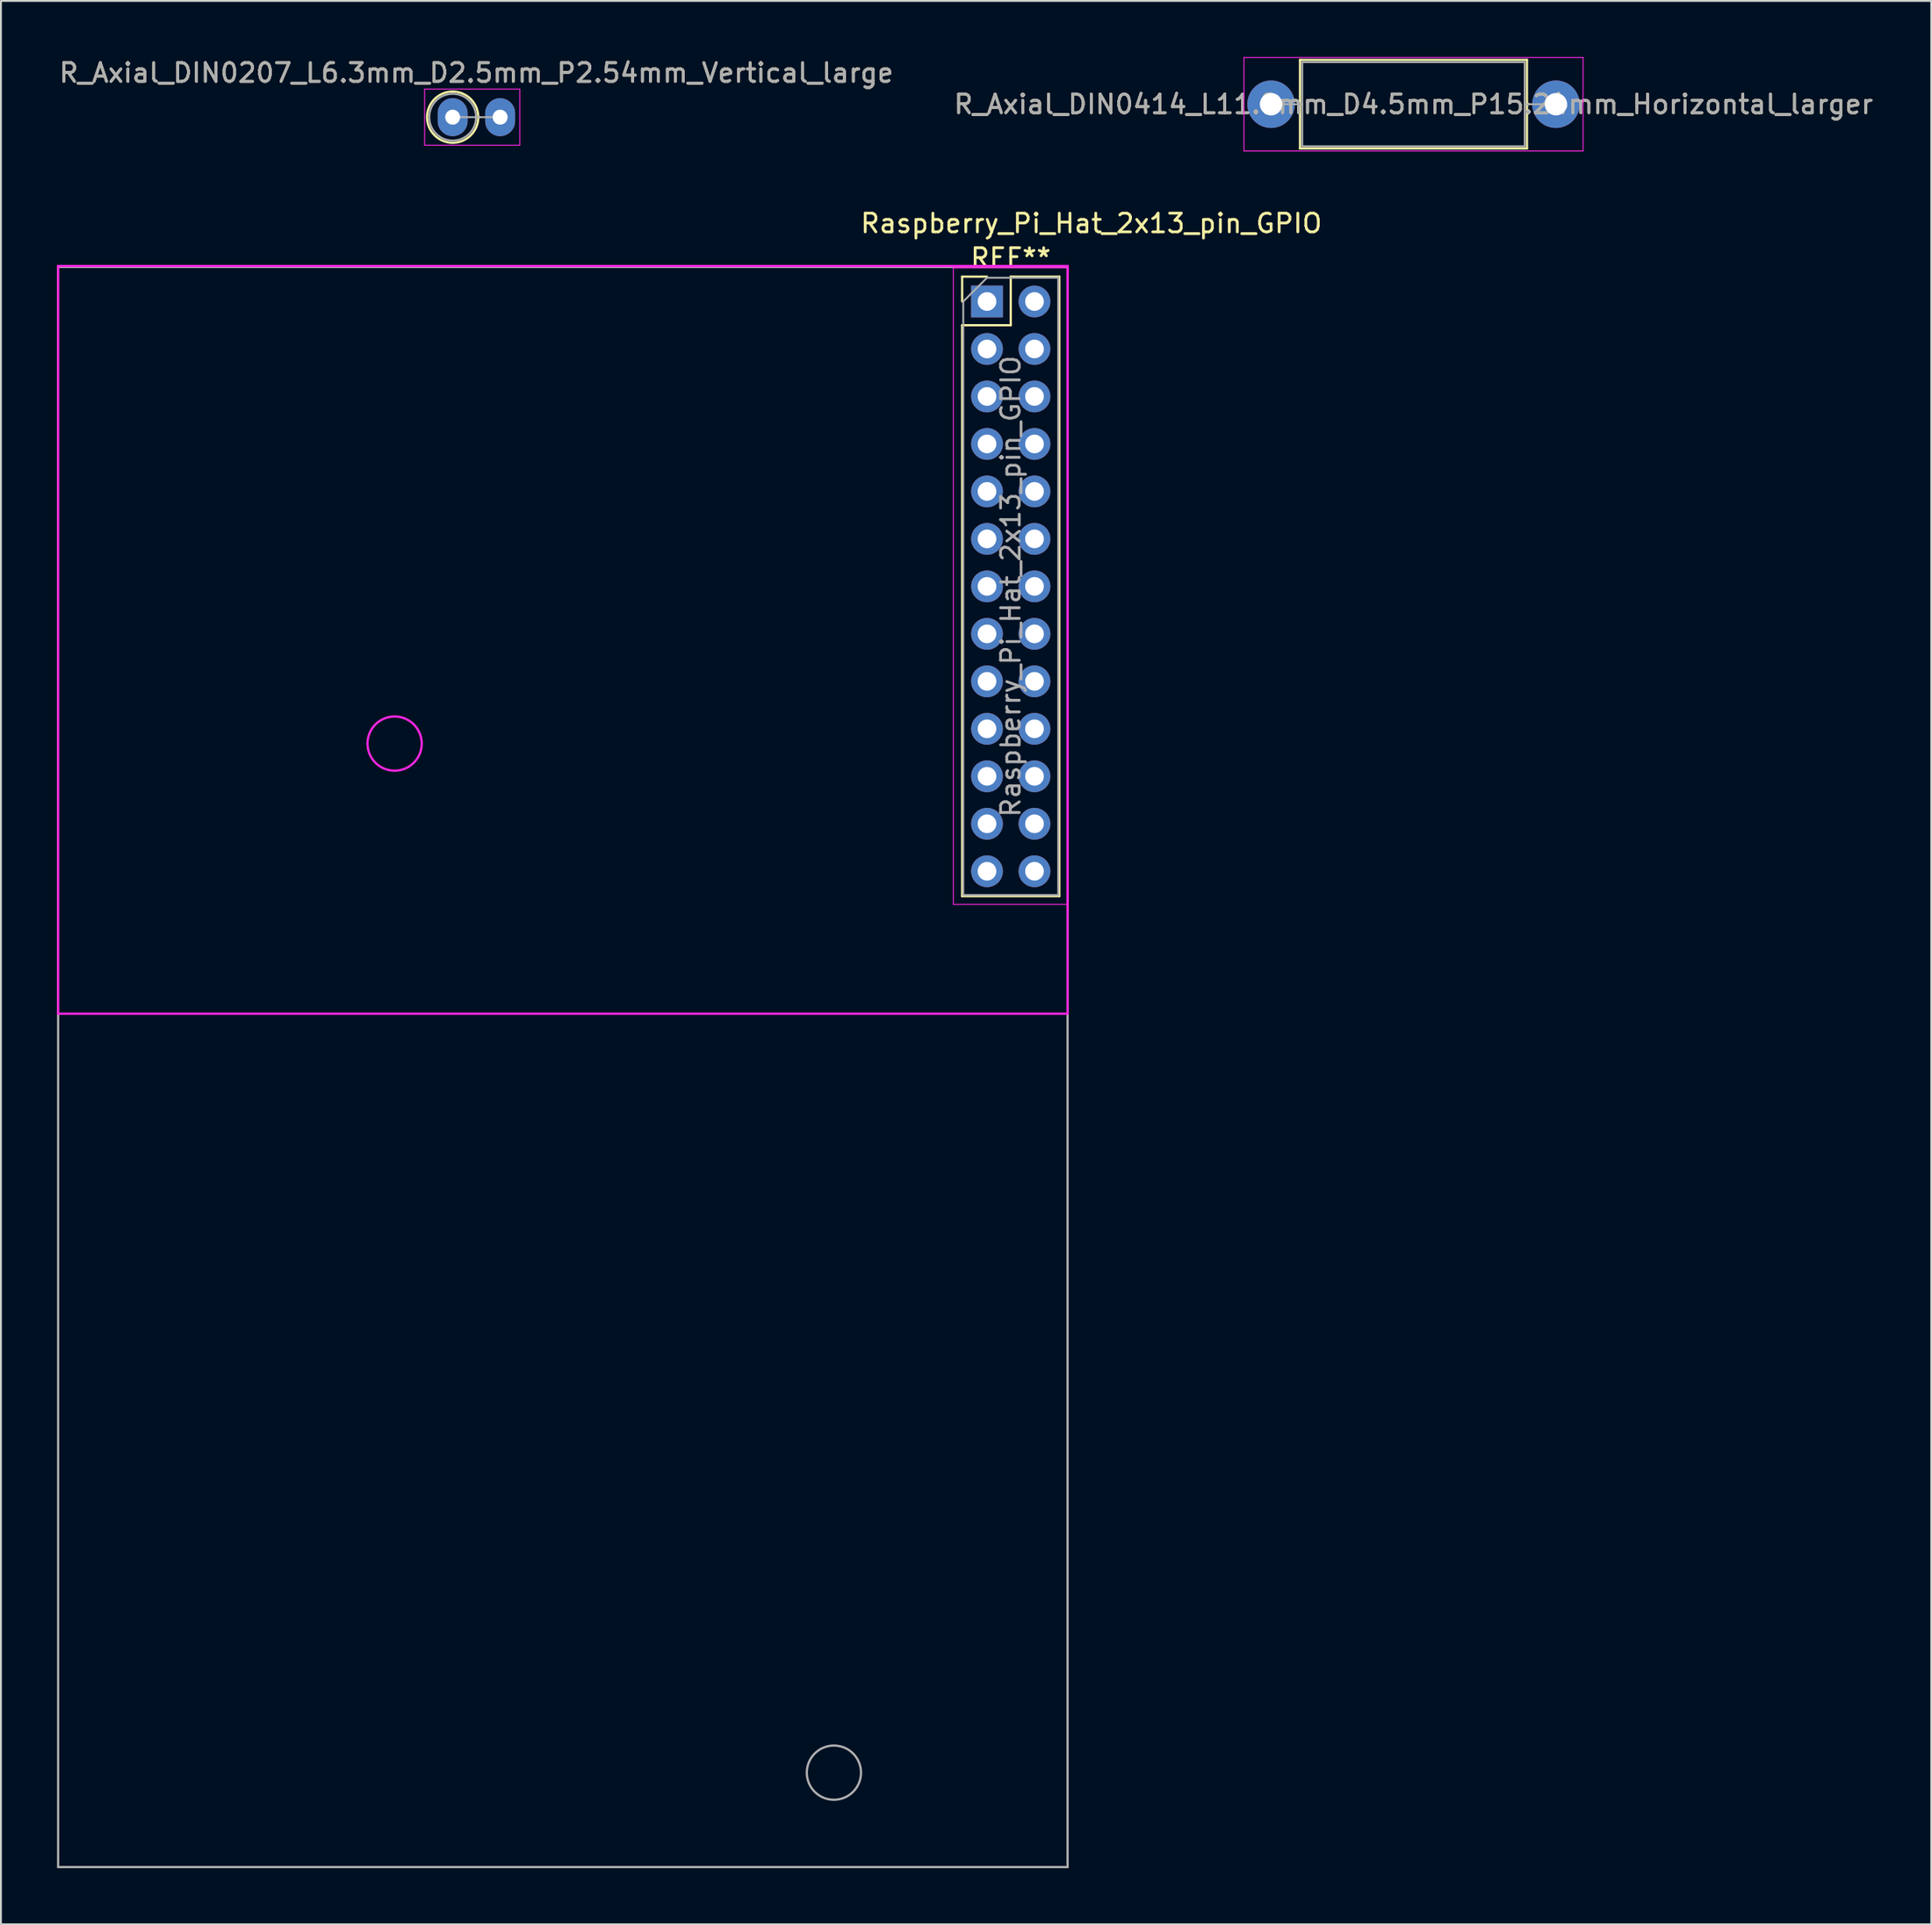
<source format=kicad_pcb>
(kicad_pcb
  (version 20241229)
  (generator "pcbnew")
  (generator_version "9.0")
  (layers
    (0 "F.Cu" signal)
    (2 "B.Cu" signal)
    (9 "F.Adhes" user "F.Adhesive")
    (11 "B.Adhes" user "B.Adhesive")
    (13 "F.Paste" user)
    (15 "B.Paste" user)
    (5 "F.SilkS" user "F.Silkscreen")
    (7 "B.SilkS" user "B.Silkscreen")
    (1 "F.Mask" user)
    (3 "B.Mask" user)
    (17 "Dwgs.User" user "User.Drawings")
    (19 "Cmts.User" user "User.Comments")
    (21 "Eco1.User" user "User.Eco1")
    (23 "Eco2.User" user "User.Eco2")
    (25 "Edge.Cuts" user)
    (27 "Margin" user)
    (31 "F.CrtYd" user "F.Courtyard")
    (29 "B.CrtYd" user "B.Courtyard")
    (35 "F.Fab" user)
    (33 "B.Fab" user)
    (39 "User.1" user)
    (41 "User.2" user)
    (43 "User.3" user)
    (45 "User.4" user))
  (footprint "Raspberry_Pi_Hat_2x13_pin_GPIO"
    (layer "F.Cu")
    (at 49.717 13.083)
    (property "Reference" "Raspberry_Pi_Hat_2x13_pin_GPIO" (at 5.613 -4.185 0) (layer "F.SilkS") (effects (font (size 1 1) (thickness 0.15))))
    (attr through_hole)
    (fp_line (start -1.297 -1.335) (end 0.033 -1.335) (stroke (width 0.12) (type solid)) (layer "F.SilkS"))
    (fp_line (start -1.297 -0.005) (end -1.297 -1.335) (stroke (width 0.12) (type solid)) (layer "F.SilkS"))
    (fp_line (start -1.297 1.265) (end -1.297 31.805) (stroke (width 0.12) (type solid)) (layer "F.SilkS"))
    (fp_line (start -1.297 1.265) (end 1.303 1.265) (stroke (width 0.12) (type solid)) (layer "F.SilkS"))
    (fp_line (start -1.297 31.805) (end 3.903 31.805) (stroke (width 0.12) (type solid)) (layer "F.SilkS"))
    (fp_line (start 1.303 -1.335) (end 3.903 -1.335) (stroke (width 0.12) (type solid)) (layer "F.SilkS"))
    (fp_line (start 1.303 1.265) (end 1.303 -1.335) (stroke (width 0.12) (type solid)) (layer "F.SilkS"))
    (fp_line (start 3.903 -1.335) (end 3.903 31.805) (stroke (width 0.12) (type solid)) (layer "F.SilkS"))
    (fp_line (start -49.657 -1.905) (end -49.657 38.095) (stroke (width 0.12) (type solid)) (layer "F.CrtYd"))
    (fp_line (start -49.657 38.095) (end 4.343 38.095) (stroke (width 0.12) (type solid)) (layer "F.CrtYd"))
    (fp_line (start -1.767 -1.805) (end -1.767 32.245) (stroke (width 0.05) (type solid)) (layer "F.CrtYd"))
    (fp_line (start -1.767 32.245) (end 4.383 32.245) (stroke (width 0.05) (type solid)) (layer "F.CrtYd"))
    (fp_line (start 4.343 -1.905) (end -49.657 -1.905) (stroke (width 0.12) (type solid)) (layer "F.CrtYd"))
    (fp_line (start 4.343 38.095) (end 4.343 -1.905) (stroke (width 0.12) (type solid)) (layer "F.CrtYd"))
    (fp_line (start 4.383 -1.805) (end -1.767 -1.805) (stroke (width 0.05) (type solid)) (layer "F.CrtYd"))
    (fp_line (start 4.383 32.245) (end 4.383 -1.805) (stroke (width 0.05) (type solid)) (layer "F.CrtYd"))
    (fp_circle (center -31.657 23.645) (end -30.207 23.645) (stroke (width 0.12) (type solid)) (fill no) (layer "F.CrtYd"))
    (fp_line (start -49.657 -1.855) (end 4.343 -1.855) (stroke (width 0.12) (type solid)) (layer "F.Fab"))
    (fp_line (start -49.657 83.745) (end -49.657 -1.855) (stroke (width 0.12) (type solid)) (layer "F.Fab"))
    (fp_line (start -1.237 -0.005) (end 0.033 -1.275) (stroke (width 0.1) (type solid)) (layer "F.Fab"))
    (fp_line (start -1.237 31.745) (end -1.237 -0.005) (stroke (width 0.1) (type solid)) (layer "F.Fab"))
    (fp_line (start 0.033 -1.275) (end 3.843 -1.275) (stroke (width 0.1) (type solid)) (layer "F.Fab"))
    (fp_line (start 3.843 -1.275) (end 3.843 31.745) (stroke (width 0.1) (type solid)) (layer "F.Fab"))
    (fp_line (start 3.843 31.745) (end -1.237 31.745) (stroke (width 0.1) (type solid)) (layer "F.Fab"))
    (fp_line (start 4.343 -1.855) (end 4.343 83.745) (stroke (width 0.12) (type solid)) (layer "F.Fab"))
    (fp_line (start 4.343 83.745) (end -49.657 83.745) (stroke (width 0.12) (type solid)) (layer "F.Fab"))
    (fp_circle (center -8.157 78.695) (end -6.707 78.695) (stroke (width 0.12) (type solid)) (fill no) (layer "F.Fab"))
    (fp_text user "REF**" (at 1.303 -2.335 0) (layer "F.SilkS") (effects (font (size 1 1) (thickness 0.15))))
    (fp_text user "${REFERENCE}" (at 1.303 15.235 90) (layer "F.Fab") (effects (font (size 1 1) (thickness 0.15))))
    (pad "1" thru_hole rect (at 0.033 -0.005) (size 1.7 1.7) (drill 1) (layers "*.Cu" "*.Mask"))
    (pad "2" thru_hole oval (at 2.573 -0.005) (size 1.7 1.7) (drill 1) (layers "*.Cu" "*.Mask"))
    (pad "3" thru_hole oval (at 0.033 2.535) (size 1.7 1.7) (drill 1) (layers "*.Cu" "*.Mask"))
    (pad "4" thru_hole oval (at 2.573 2.535) (size 1.7 1.7) (drill 1) (layers "*.Cu" "*.Mask"))
    (pad "5" thru_hole oval (at 0.033 5.075) (size 1.7 1.7) (drill 1) (layers "*.Cu" "*.Mask"))
    (pad "6" thru_hole oval (at 2.573 5.075) (size 1.7 1.7) (drill 1) (layers "*.Cu" "*.Mask"))
    (pad "7" thru_hole oval (at 0.033 7.615) (size 1.7 1.7) (drill 1) (layers "*.Cu" "*.Mask"))
    (pad "8" thru_hole oval (at 2.573 7.615) (size 1.7 1.7) (drill 1) (layers "*.Cu" "*.Mask"))
    (pad "9" thru_hole oval (at 0.033 10.155) (size 1.7 1.7) (drill 1) (layers "*.Cu" "*.Mask"))
    (pad "10" thru_hole oval (at 2.573 10.155) (size 1.7 1.7) (drill 1) (layers "*.Cu" "*.Mask"))
    (pad "11" thru_hole oval (at 0.033 12.695) (size 1.7 1.7) (drill 1) (layers "*.Cu" "*.Mask"))
    (pad "12" thru_hole oval (at 2.573 12.695) (size 1.7 1.7) (drill 1) (layers "*.Cu" "*.Mask"))
    (pad "13" thru_hole oval (at 0.033 15.235) (size 1.7 1.7) (drill 1) (layers "*.Cu" "*.Mask"))
    (pad "14" thru_hole oval (at 2.573 15.235) (size 1.7 1.7) (drill 1) (layers "*.Cu" "*.Mask"))
    (pad "15" thru_hole oval (at 0.033 17.775) (size 1.7 1.7) (drill 1) (layers "*.Cu" "*.Mask"))
    (pad "16" thru_hole oval (at 2.573 17.775) (size 1.7 1.7) (drill 1) (layers "*.Cu" "*.Mask"))
    (pad "17" thru_hole oval (at 0.033 20.315) (size 1.7 1.7) (drill 1) (layers "*.Cu" "*.Mask"))
    (pad "18" thru_hole oval (at 2.573 20.315) (size 1.7 1.7) (drill 1) (layers "*.Cu" "*.Mask"))
    (pad "19" thru_hole oval (at 0.033 22.855) (size 1.7 1.7) (drill 1) (layers "*.Cu" "*.Mask"))
    (pad "20" thru_hole oval (at 2.573 22.855) (size 1.7 1.7) (drill 1) (layers "*.Cu" "*.Mask"))
    (pad "21" thru_hole oval (at 0.033 25.395) (size 1.7 1.7) (drill 1) (layers "*.Cu" "*.Mask"))
    (pad "22" thru_hole oval (at 2.573 25.395) (size 1.7 1.7) (drill 1) (layers "*.Cu" "*.Mask"))
    (pad "23" thru_hole oval (at 0.033 27.935) (size 1.7 1.7) (drill 1) (layers "*.Cu" "*.Mask"))
    (pad "24" thru_hole oval (at 2.573 27.935) (size 1.7 1.7) (drill 1) (layers "*.Cu" "*.Mask"))
    (pad "25" thru_hole oval (at 0.033 30.475) (size 1.7 1.7) (drill 1) (layers "*.Cu" "*.Mask"))
    (pad "26" thru_hole oval (at 2.573 30.475) (size 1.7 1.7) (drill 1) (layers "*.Cu" "*.Mask")))
  (footprint "R_Axial_DIN0414_L11.9mm_D4.5mm_P15.24mm_Horizontal_larger"
    (layer "F.Cu")
    (at 64.945 2.525)
    (property "Reference" "R_Axial_DIN0414_L11.9mm_D4.5mm_P15.24mm_Horizontal_larger" (at 7.62 0 0) (layer "F.SilkS") (effects (font (size 1 1) (thickness 0.15))))
    (attr through_hole)
    (fp_line (start 1.44 0) (end 1.55 0) (stroke (width 0.12) (type solid)) (layer "F.SilkS"))
    (fp_line (start 1.55 -2.37) (end 1.55 2.37) (stroke (width 0.12) (type solid)) (layer "F.SilkS"))
    (fp_line (start 1.55 2.37) (end 13.69 2.37) (stroke (width 0.12) (type solid)) (layer "F.SilkS"))
    (fp_line (start 13.69 -2.37) (end 1.55 -2.37) (stroke (width 0.12) (type solid)) (layer "F.SilkS"))
    (fp_line (start 13.69 2.37) (end 13.69 -2.37) (stroke (width 0.12) (type solid)) (layer "F.SilkS"))
    (fp_line (start 13.8 0) (end 13.69 0) (stroke (width 0.12) (type solid)) (layer "F.SilkS"))
    (fp_line (start -1.45 -2.5) (end -1.45 2.5) (stroke (width 0.05) (type solid)) (layer "F.CrtYd"))
    (fp_line (start -1.45 2.5) (end 16.69 2.5) (stroke (width 0.05) (type solid)) (layer "F.CrtYd"))
    (fp_line (start 16.69 -2.5) (end -1.45 -2.5) (stroke (width 0.05) (type solid)) (layer "F.CrtYd"))
    (fp_line (start 16.69 2.5) (end 16.69 -2.5) (stroke (width 0.05) (type solid)) (layer "F.CrtYd"))
    (fp_line (start 0 0) (end 1.67 0) (stroke (width 0.1) (type solid)) (layer "F.Fab"))
    (fp_line (start 1.67 -2.25) (end 1.67 2.25) (stroke (width 0.1) (type solid)) (layer "F.Fab"))
    (fp_line (start 1.67 2.25) (end 13.57 2.25) (stroke (width 0.1) (type solid)) (layer "F.Fab"))
    (fp_line (start 13.57 -2.25) (end 1.67 -2.25) (stroke (width 0.1) (type solid)) (layer "F.Fab"))
    (fp_line (start 13.57 2.25) (end 13.57 -2.25) (stroke (width 0.1) (type solid)) (layer "F.Fab"))
    (fp_line (start 15.24 0) (end 13.57 0) (stroke (width 0.1) (type solid)) (layer "F.Fab"))
    (fp_text user "${REFERENCE}" (at 7.62 0 0) (layer "F.Fab") (effects (font (size 1 1) (thickness 0.15))))
    (pad "1" thru_hole oval (at 0 0) (size 2.54 2.54) (drill 1.2) (layers "*.Cu" "*.Mask"))
    (pad "2" thru_hole oval (at 15.24 0) (size 2.54 2.54) (drill 1.2) (layers "*.Cu" "*.Mask")))
  (footprint "R_Axial_DIN0207_L6.3mm_D2.5mm_P2.54mm_Vertical_large"
    (layer "F.Cu")
    (at 21.165 3.218)
    (property "Reference" "R_Axial_DIN0207_L6.3mm_D2.5mm_P2.54mm_Vertical_large" (at 1.27 -2.37 0) (layer "F.SilkS") (effects (font (size 1 1) (thickness 0.15))))
    (attr through_hole)
    (fp_line (start 1.37 0) (end 1.44 0) (stroke (width 0.12) (type solid)) (layer "F.SilkS"))
    (fp_circle (center 0 0) (end 1.37 0) (stroke (width 0.12) (type solid)) (fill no) (layer "F.SilkS"))
    (fp_line (start -1.5 -1.5) (end -1.5 1.5) (stroke (width 0.05) (type solid)) (layer "F.CrtYd"))
    (fp_line (start -1.5 1.5) (end 3.59 1.5) (stroke (width 0.05) (type solid)) (layer "F.CrtYd"))
    (fp_line (start 3.59 -1.5) (end -1.5 -1.5) (stroke (width 0.05) (type solid)) (layer "F.CrtYd"))
    (fp_line (start 3.59 1.5) (end 3.59 -1.5) (stroke (width 0.05) (type solid)) (layer "F.CrtYd"))
    (fp_line (start 0 0) (end 2.54 0) (stroke (width 0.1) (type solid)) (layer "F.Fab"))
    (fp_circle (center 0 0) (end 1.25 0) (stroke (width 0.1) (type solid)) (fill no) (layer "F.Fab"))
    (fp_text user "${REFERENCE}" (at 1.27 -2.37 0) (layer "F.Fab") (effects (font (size 1 1) (thickness 0.15))))
    (pad "1" thru_hole oval (at 0 0) (size 1.6 2.032) (drill 0.8) (layers "*.Cu" "*.Mask"))
    (pad "2" thru_hole oval (at 2.54 0) (size 1.6 2.032) (drill 0.8) (layers "*.Cu" "*.Mask")))
  (gr_rect
    (start -3 -3)
    (end 100.262 99.888)
    (stroke (width 0.1) (type default))
    (fill no)
    (layer "Edge.Cuts")))
</source>
